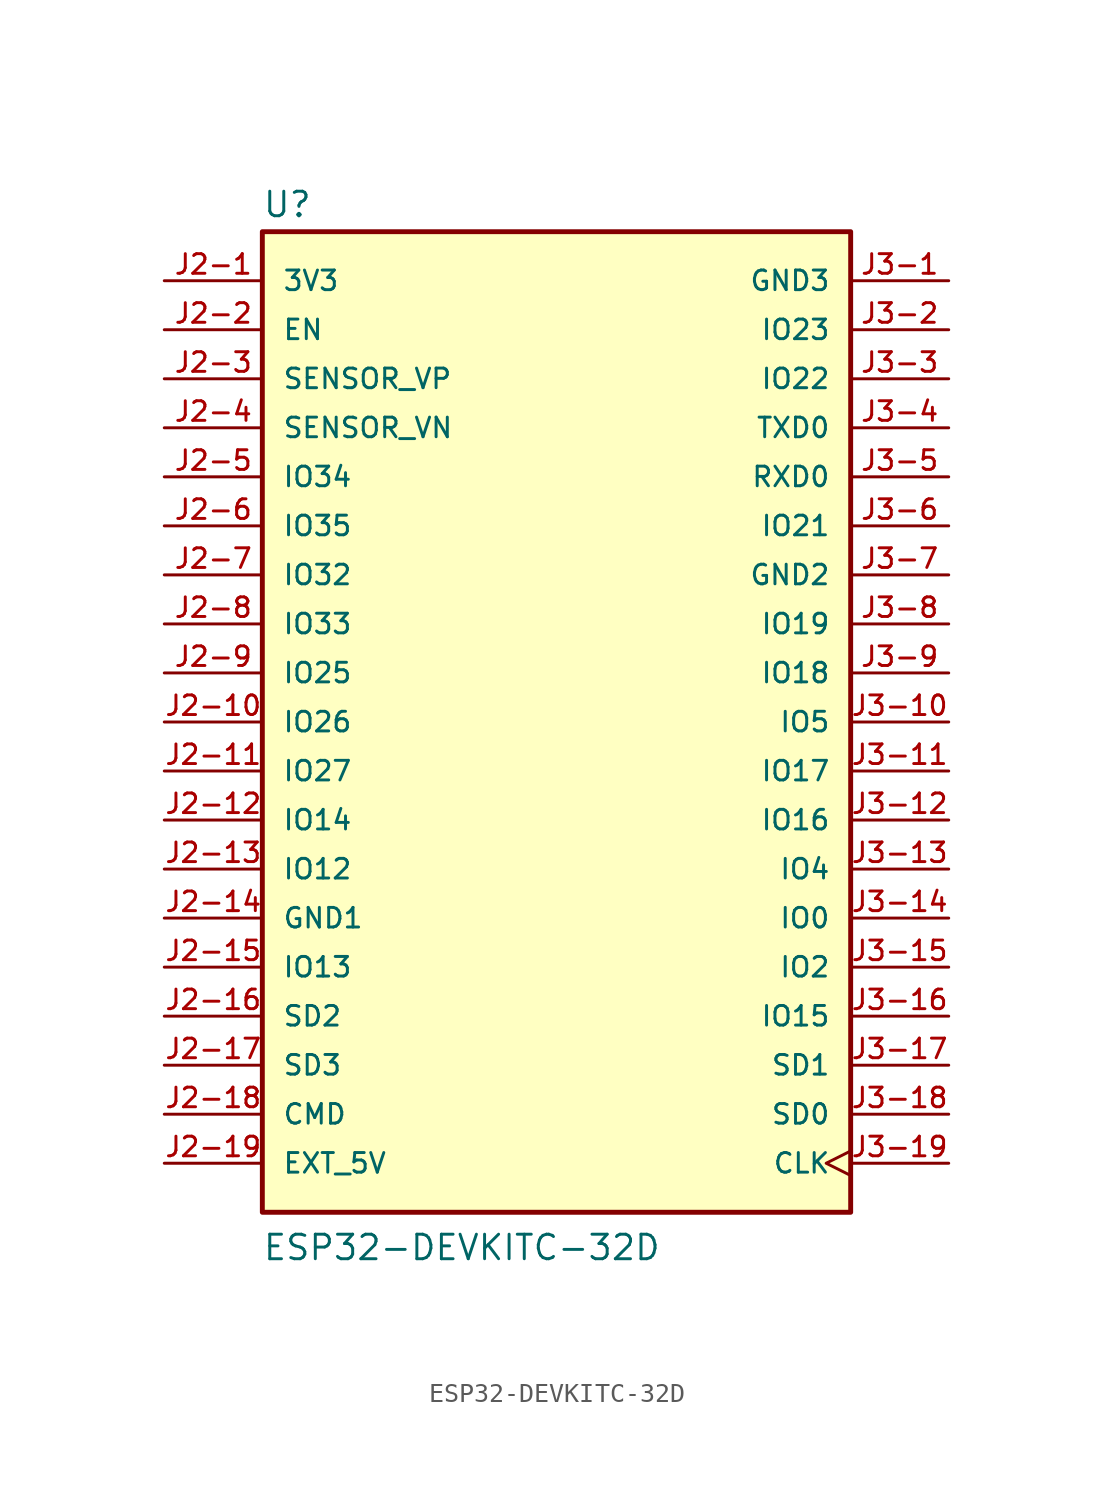
<source format=kicad_sym>
(kicad_symbol_lib
  (version 20241209)
  (generator "kicad_symbol_editor")
  (generator_version "9.0")
  (symbol "ESP32-DEVKITC-32D"
    (pin_names
      (offset 1.016))
    (property "Reference" "U"
      (at -15.257 26.064 0)
      (effects (font (size 1.27 1.27)) (justify left bottom)))
    (property "Value" "ESP32-DEVKITC-32D"
      (at -15.256 -27.97 0)
      (effects (font (size 1.27 1.27)) (justify left bottom)))
    (symbol "ESP32-DEVKITC-32D_0_0"
      (rectangle (start -15.24 -25.4) (end 15.24 25.4) (stroke (width 0.254) (type default)) (fill (type background)))
      (pin power_in line (at -20.32 22.86 0) (length 5.08) (name "3V3" (effects (font (size 1.016 1.016)))) (number "J2-1" (effects (font (size 1.016 1.016)))))
      (pin input line (at -20.32 20.32 0) (length 5.08) (name "EN" (effects (font (size 1.016 1.016)))) (number "J2-2" (effects (font (size 1.016 1.016)))))
      (pin input line (at -20.32 17.78 0) (length 5.08) (name "SENSOR_VP" (effects (font (size 1.016 1.016)))) (number "J2-3" (effects (font (size 1.016 1.016)))))
      (pin input line (at -20.32 15.24 0) (length 5.08) (name "SENSOR_VN" (effects (font (size 1.016 1.016)))) (number "J2-4" (effects (font (size 1.016 1.016)))))
      (pin bidirectional line (at -20.32 12.7 0) (length 5.08) (name "IO34" (effects (font (size 1.016 1.016)))) (number "J2-5" (effects (font (size 1.016 1.016)))))
      (pin bidirectional line (at -20.32 10.16 0) (length 5.08) (name "IO35" (effects (font (size 1.016 1.016)))) (number "J2-6" (effects (font (size 1.016 1.016)))))
      (pin bidirectional line (at -20.32 7.62 0) (length 5.08) (name "IO32" (effects (font (size 1.016 1.016)))) (number "J2-7" (effects (font (size 1.016 1.016)))))
      (pin bidirectional line (at -20.32 5.08 0) (length 5.08) (name "IO33" (effects (font (size 1.016 1.016)))) (number "J2-8" (effects (font (size 1.016 1.016)))))
      (pin bidirectional line (at -20.32 2.54 0) (length 5.08) (name "IO25" (effects (font (size 1.016 1.016)))) (number "J2-9" (effects (font (size 1.016 1.016)))))
      (pin bidirectional line (at -20.32 0 0) (length 5.08) (name "IO26" (effects (font (size 1.016 1.016)))) (number "J2-10" (effects (font (size 1.016 1.016)))))
      (pin bidirectional line (at -20.32 -2.54 0) (length 5.08) (name "IO27" (effects (font (size 1.016 1.016)))) (number "J2-11" (effects (font (size 1.016 1.016)))))
      (pin bidirectional line (at -20.32 -5.08 0) (length 5.08) (name "IO14" (effects (font (size 1.016 1.016)))) (number "J2-12" (effects (font (size 1.016 1.016)))))
      (pin bidirectional line (at -20.32 -7.62 0) (length 5.08) (name "IO12" (effects (font (size 1.016 1.016)))) (number "J2-13" (effects (font (size 1.016 1.016)))))
      (pin power_in line (at -20.32 -10.16 0) (length 5.08) (name "GND1" (effects (font (size 1.016 1.016)))) (number "J2-14" (effects (font (size 1.016 1.016)))))
      (pin bidirectional line (at -20.32 -12.7 0) (length 5.08) (name "IO13" (effects (font (size 1.016 1.016)))) (number "J2-15" (effects (font (size 1.016 1.016)))))
      (pin bidirectional line (at -20.32 -15.24 0) (length 5.08) (name "SD2" (effects (font (size 1.016 1.016)))) (number "J2-16" (effects (font (size 1.016 1.016)))))
      (pin bidirectional line (at -20.32 -17.78 0) (length 5.08) (name "SD3" (effects (font (size 1.016 1.016)))) (number "J2-17" (effects (font (size 1.016 1.016)))))
      (pin bidirectional line (at -20.32 -20.32 0) (length 5.08) (name "CMD" (effects (font (size 1.016 1.016)))) (number "J2-18" (effects (font (size 1.016 1.016)))))
      (pin power_in line (at -20.32 -22.86 0) (length 5.08) (name "EXT_5V" (effects (font (size 1.016 1.016)))) (number "J2-19" (effects (font (size 1.016 1.016)))))
      (pin power_in line (at 20.32 22.86 180) (length 5.08) (name "GND3" (effects (font (size 1.016 1.016)))) (number "J3-1" (effects (font (size 1.016 1.016)))))
      (pin bidirectional line (at 20.32 20.32 180) (length 5.08) (name "IO23" (effects (font (size 1.016 1.016)))) (number "J3-2" (effects (font (size 1.016 1.016)))))
      (pin bidirectional line (at 20.32 17.78 180) (length 5.08) (name "IO22" (effects (font (size 1.016 1.016)))) (number "J3-3" (effects (font (size 1.016 1.016)))))
      (pin output line (at 20.32 15.24 180) (length 5.08) (name "TXD0" (effects (font (size 1.016 1.016)))) (number "J3-4" (effects (font (size 1.016 1.016)))))
      (pin input line (at 20.32 12.7 180) (length 5.08) (name "RXD0" (effects (font (size 1.016 1.016)))) (number "J3-5" (effects (font (size 1.016 1.016)))))
      (pin bidirectional line (at 20.32 10.16 180) (length 5.08) (name "IO21" (effects (font (size 1.016 1.016)))) (number "J3-6" (effects (font (size 1.016 1.016)))))
      (pin power_in line (at 20.32 7.62 180) (length 5.08) (name "GND2" (effects (font (size 1.016 1.016)))) (number "J3-7" (effects (font (size 1.016 1.016)))))
      (pin bidirectional line (at 20.32 5.08 180) (length 5.08) (name "IO19" (effects (font (size 1.016 1.016)))) (number "J3-8" (effects (font (size 1.016 1.016)))))
      (pin bidirectional line (at 20.32 2.54 180) (length 5.08) (name "IO18" (effects (font (size 1.016 1.016)))) (number "J3-9" (effects (font (size 1.016 1.016)))))
      (pin bidirectional line (at 20.32 0 180) (length 5.08) (name "IO5" (effects (font (size 1.016 1.016)))) (number "J3-10" (effects (font (size 1.016 1.016)))))
      (pin bidirectional line (at 20.32 -2.54 180) (length 5.08) (name "IO17" (effects (font (size 1.016 1.016)))) (number "J3-11" (effects (font (size 1.016 1.016)))))
      (pin bidirectional line (at 20.32 -5.08 180) (length 5.08) (name "IO16" (effects (font (size 1.016 1.016)))) (number "J3-12" (effects (font (size 1.016 1.016)))))
      (pin bidirectional line (at 20.32 -7.62 180) (length 5.08) (name "IO4" (effects (font (size 1.016 1.016)))) (number "J3-13" (effects (font (size 1.016 1.016)))))
      (pin bidirectional line (at 20.32 -10.16 180) (length 5.08) (name "IO0" (effects (font (size 1.016 1.016)))) (number "J3-14" (effects (font (size 1.016 1.016)))))
      (pin bidirectional line (at 20.32 -12.7 180) (length 5.08) (name "IO2" (effects (font (size 1.016 1.016)))) (number "J3-15" (effects (font (size 1.016 1.016)))))
      (pin bidirectional line (at 20.32 -15.24 180) (length 5.08) (name "IO15" (effects (font (size 1.016 1.016)))) (number "J3-16" (effects (font (size 1.016 1.016)))))
      (pin bidirectional line (at 20.32 -17.78 180) (length 5.08) (name "SD1" (effects (font (size 1.016 1.016)))) (number "J3-17" (effects (font (size 1.016 1.016)))))
      (pin bidirectional line (at 20.32 -20.32 180) (length 5.08) (name "SD0" (effects (font (size 1.016 1.016)))) (number "J3-18" (effects (font (size 1.016 1.016)))))
      (pin input clock (at 20.32 -22.86 180) (length 5.08) (name "CLK" (effects (font (size 1.016 1.016)))) (number "J3-19" (effects (font (size 1.016 1.016))))))))
</source>
